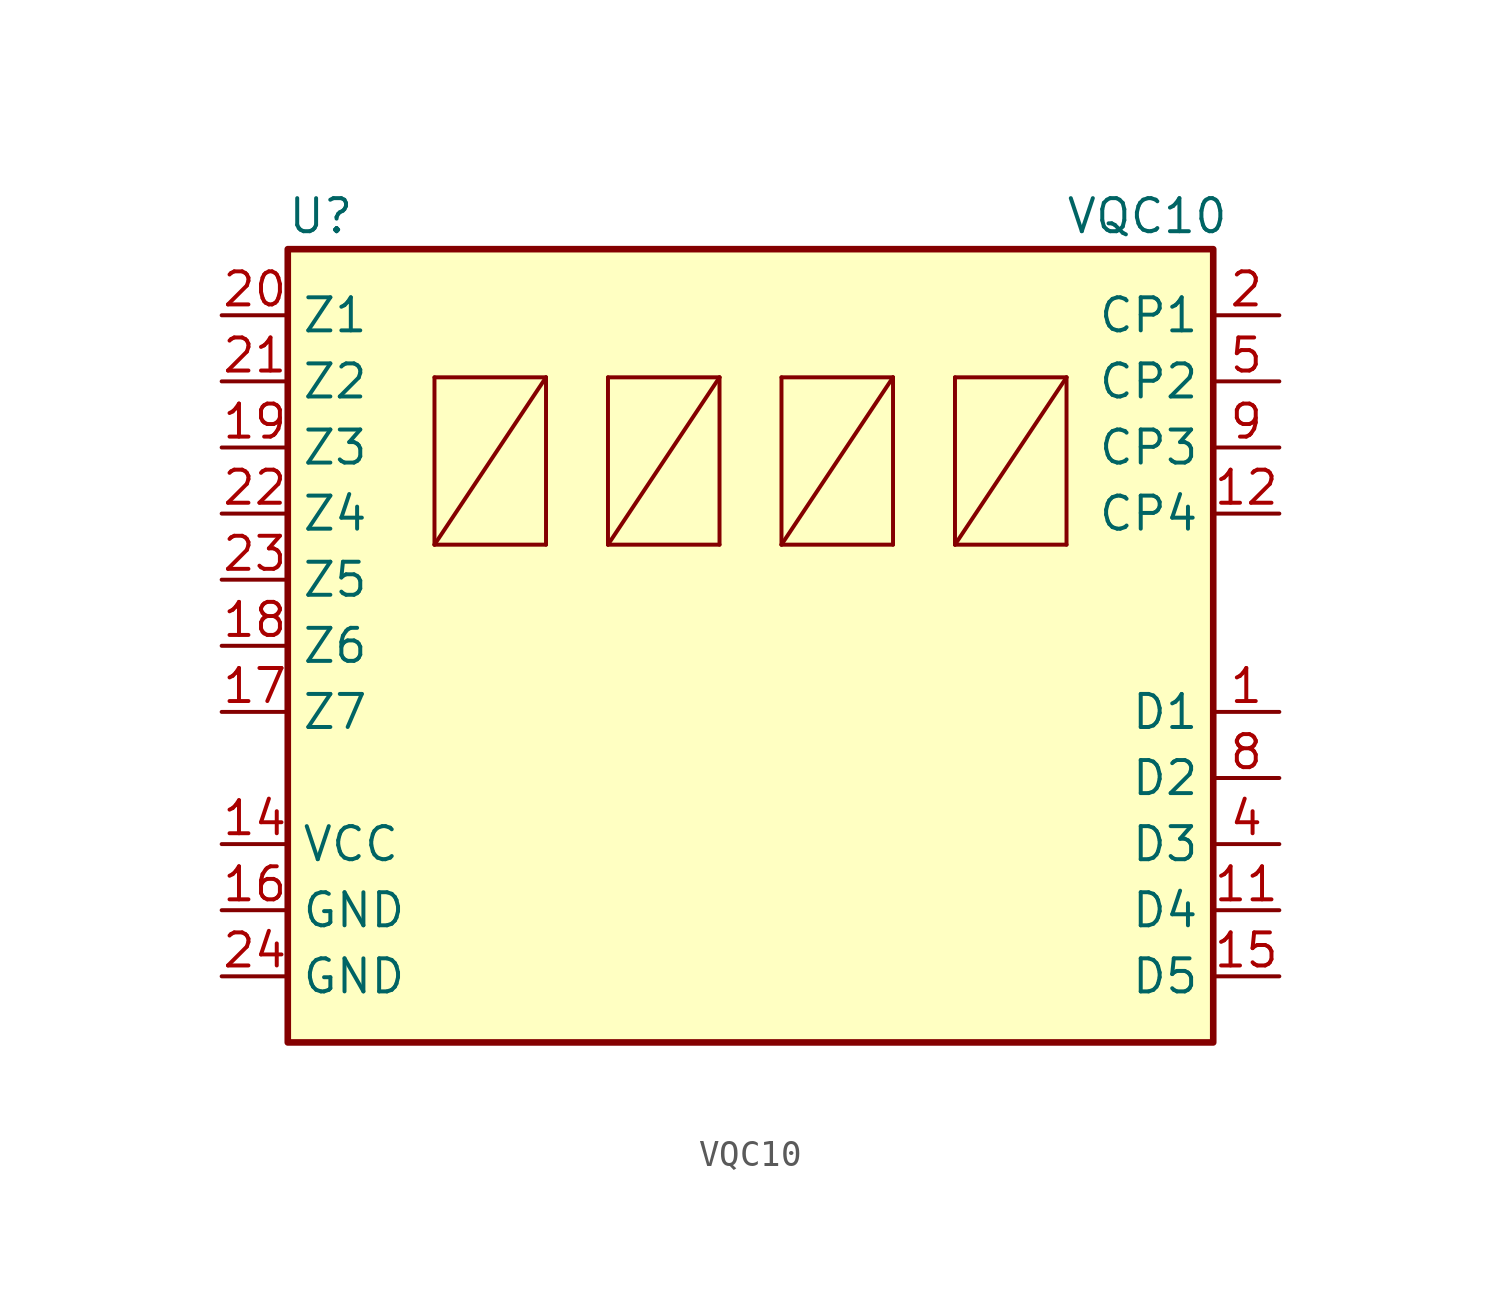
<source format=kicad_sym>
(kicad_symbol_lib
  (version 20220914)
  (generator kicad_symbol_editor)
  (symbol "VQC10"
    (property "Reference" "U"
      (at -16.51 15.24 0)
      (effects (font (size 1.27 1.27))))
    (property "Value" "VQC10"
      (at 15.24 15.24 0)
      (effects (font (size 1.27 1.27))))
    (symbol "VQC10_0_0"
      (rectangle (start -17.78 13.97) (end 17.78 -16.51) (stroke (width 0.254) (type default)) (fill (type background))))
    (symbol "VQC10_1_1"
      (text "⍁⍁⍁⍁" (at 0 6.35 0) (effects (font (size 5 5))))
      (pin input line (at 20.32 -3.81 180) (length 2.54) (name "D1" (effects (font (size 1.27 1.27)))) (number "1" (effects (font (size 1.27 1.27)))))
      (pin input line (at 20.32 -11.43 180) (length 2.54) (name "D4" (effects (font (size 1.27 1.27)))) (number "11" (effects (font (size 1.27 1.27)))))
      (pin input line (at 20.32 3.81 180) (length 2.54) (name "CP4" (effects (font (size 1.27 1.27)))) (number "12" (effects (font (size 1.27 1.27)))))
      (pin power_in line (at -20.32 -8.89 0) (length 2.54) (name "VCC" (effects (font (size 1.27 1.27)))) (number "14" (effects (font (size 1.27 1.27)))))
      (pin input line (at 20.32 -13.97 180) (length 2.54) (name "D5" (effects (font (size 1.27 1.27)))) (number "15" (effects (font (size 1.27 1.27)))))
      (pin power_in line (at -20.32 -11.43 0) (length 2.54) (name "GND" (effects (font (size 1.27 1.27)))) (number "16" (effects (font (size 1.27 1.27)))))
      (pin input line (at -20.32 -3.81 0) (length 2.54) (name "Z7" (effects (font (size 1.27 1.27)))) (number "17" (effects (font (size 1.27 1.27)))))
      (pin input line (at -20.32 -1.27 0) (length 2.54) (name "Z6" (effects (font (size 1.27 1.27)))) (number "18" (effects (font (size 1.27 1.27)))))
      (pin input line (at -20.32 6.35 0) (length 2.54) (name "Z3" (effects (font (size 1.27 1.27)))) (number "19" (effects (font (size 1.27 1.27)))))
      (pin input line (at 20.32 11.43 180) (length 2.54) (name "CP1" (effects (font (size 1.27 1.27)))) (number "2" (effects (font (size 1.27 1.27)))))
      (pin input line (at -20.32 11.43 0) (length 2.54) (name "Z1" (effects (font (size 1.27 1.27)))) (number "20" (effects (font (size 1.27 1.27)))))
      (pin input line (at -20.32 8.89 0) (length 2.54) (name "Z2" (effects (font (size 1.27 1.27)))) (number "21" (effects (font (size 1.27 1.27)))))
      (pin input line (at -20.32 3.81 0) (length 2.54) (name "Z4" (effects (font (size 1.27 1.27)))) (number "22" (effects (font (size 1.27 1.27)))))
      (pin input line (at -20.32 1.27 0) (length 2.54) (name "Z5" (effects (font (size 1.27 1.27)))) (number "23" (effects (font (size 1.27 1.27)))))
      (pin power_in line (at -20.32 -13.97 0) (length 2.54) (name "GND" (effects (font (size 1.27 1.27)))) (number "24" (effects (font (size 1.27 1.27)))))
      (pin input line (at 20.32 -8.89 180) (length 2.54) (name "D3" (effects (font (size 1.27 1.27)))) (number "4" (effects (font (size 1.27 1.27)))))
      (pin input line (at 20.32 8.89 180) (length 2.54) (name "CP2" (effects (font (size 1.27 1.27)))) (number "5" (effects (font (size 1.27 1.27)))))
      (pin input line (at 20.32 -6.35 180) (length 2.54) (name "D2" (effects (font (size 1.27 1.27)))) (number "8" (effects (font (size 1.27 1.27)))))
      (pin input line (at 20.32 6.35 180) (length 2.54) (name "CP3" (effects (font (size 1.27 1.27)))) (number "9" (effects (font (size 1.27 1.27))))))))
</source>
